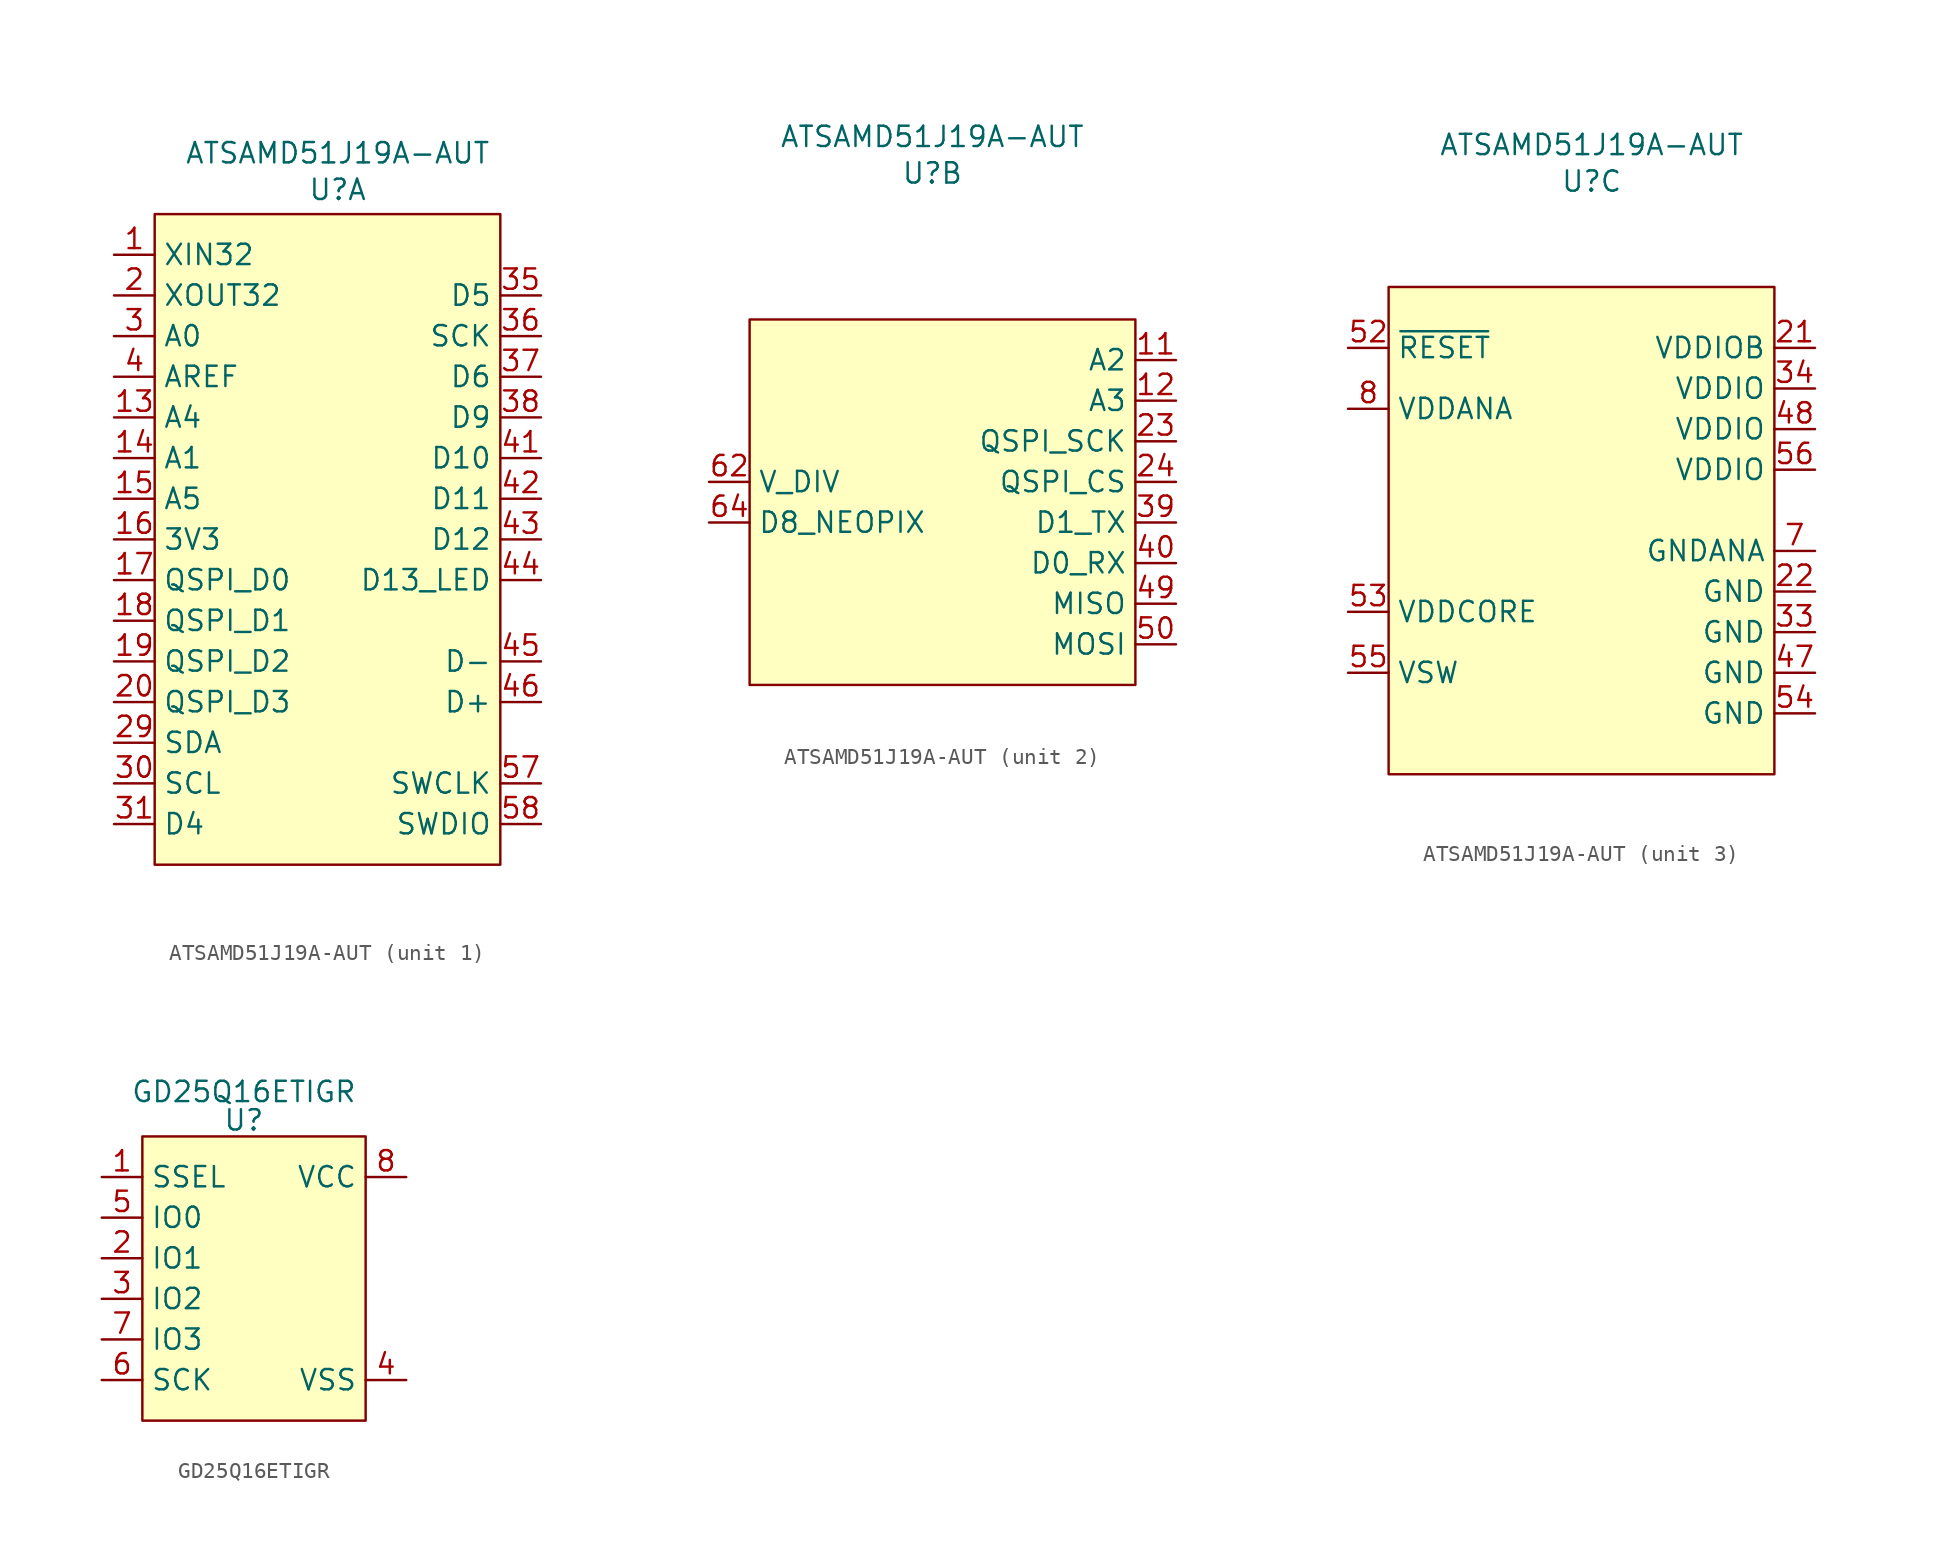
<source format=kicad_sym>
(kicad_symbol_lib
  (version 20231120)
  (generator "kicad_symbol_editor")
  (generator_version "8.0")
  (symbol "ATSAMD51J19A-AUT"
    (property "Reference" "U"
      (at 0 20.574 0)
      (effects (font (size 1.27 1.27))))
    (property "Value" "ATSAMD51J19A-AUT"
      (at 0 22.86 0)
      (effects (font (size 1.27 1.27))))
    (property "ki_locked" ""
      (at 0 0 0)
      (effects (font (size 1.27 1.27))))
    (symbol "ATSAMD51J19A-AUT_1_0"
      (pin bidirectional line (at -13.97 16.51 0) (length 2.54) (name "XIN32" (effects (font (size 1.27 1.27)))) (number "1" (effects (font (size 1.27 1.27)))))
      (pin bidirectional line (at -13.97 6.35 0) (length 2.54) (name "A4" (effects (font (size 1.27 1.27)))) (number "13" (effects (font (size 1.27 1.27)))))
      (pin bidirectional line (at -13.97 3.81 0) (length 2.54) (name "A1" (effects (font (size 1.27 1.27)))) (number "14" (effects (font (size 1.27 1.27)))))
      (pin bidirectional line (at -13.97 1.27 0) (length 2.54) (name "A5" (effects (font (size 1.27 1.27)))) (number "15" (effects (font (size 1.27 1.27)))))
      (pin input line (at -13.97 -1.27 0) (length 2.54) (name "3V3" (effects (font (size 1.27 1.27)))) (number "16" (effects (font (size 1.27 1.27)))))
      (pin bidirectional line (at -13.97 -3.81 0) (length 2.54) (name "QSPI_D0" (effects (font (size 1.27 1.27)))) (number "17" (effects (font (size 1.27 1.27)))))
      (pin bidirectional line (at -13.97 -6.35 0) (length 2.54) (name "QSPI_D1" (effects (font (size 1.27 1.27)))) (number "18" (effects (font (size 1.27 1.27)))))
      (pin bidirectional line (at -13.97 -8.89 0) (length 2.54) (name "QSPI_D2" (effects (font (size 1.27 1.27)))) (number "19" (effects (font (size 1.27 1.27)))))
      (pin bidirectional line (at -13.97 13.97 0) (length 2.54) (name "XOUT32" (effects (font (size 1.27 1.27)))) (number "2" (effects (font (size 1.27 1.27)))))
      (pin bidirectional line (at -13.97 -11.43 0) (length 2.54) (name "QSPI_D3" (effects (font (size 1.27 1.27)))) (number "20" (effects (font (size 1.27 1.27)))))
      (pin bidirectional line (at -13.97 -13.97 0) (length 2.54) (name "SDA" (effects (font (size 1.27 1.27)))) (number "29" (effects (font (size 1.27 1.27)))))
      (pin bidirectional line (at -13.97 11.43 0) (length 2.54) (name "A0" (effects (font (size 1.27 1.27)))) (number "3" (effects (font (size 1.27 1.27)))))
      (pin bidirectional line (at -13.97 -16.51 0) (length 2.54) (name "SCL" (effects (font (size 1.27 1.27)))) (number "30" (effects (font (size 1.27 1.27)))))
      (pin bidirectional line (at -13.97 -19.05 0) (length 2.54) (name "D4" (effects (font (size 1.27 1.27)))) (number "31" (effects (font (size 1.27 1.27)))))
      (pin bidirectional line (at 12.7 13.97 180) (length 2.54) (name "D5" (effects (font (size 1.27 1.27)))) (number "35" (effects (font (size 1.27 1.27)))))
      (pin bidirectional line (at 12.7 11.43 180) (length 2.54) (name "SCK" (effects (font (size 1.27 1.27)))) (number "36" (effects (font (size 1.27 1.27)))))
      (pin bidirectional line (at 12.7 8.89 180) (length 2.54) (name "D6" (effects (font (size 1.27 1.27)))) (number "37" (effects (font (size 1.27 1.27)))))
      (pin bidirectional line (at 12.7 6.35 180) (length 2.54) (name "D9" (effects (font (size 1.27 1.27)))) (number "38" (effects (font (size 1.27 1.27)))))
      (pin bidirectional line (at -13.97 8.89 0) (length 2.54) (name "AREF" (effects (font (size 1.27 1.27)))) (number "4" (effects (font (size 1.27 1.27)))))
      (pin bidirectional line (at 12.7 3.81 180) (length 2.54) (name "D10" (effects (font (size 1.27 1.27)))) (number "41" (effects (font (size 1.27 1.27)))))
      (pin bidirectional line (at 12.7 1.27 180) (length 2.54) (name "D11" (effects (font (size 1.27 1.27)))) (number "42" (effects (font (size 1.27 1.27)))))
      (pin bidirectional line (at 12.7 -1.27 180) (length 2.54) (name "D12" (effects (font (size 1.27 1.27)))) (number "43" (effects (font (size 1.27 1.27)))))
      (pin bidirectional line (at 12.7 -3.81 180) (length 2.54) (name "D13_LED" (effects (font (size 1.27 1.27)))) (number "44" (effects (font (size 1.27 1.27)))))
      (pin bidirectional line (at 12.7 -8.89 180) (length 2.54) (name "D-" (effects (font (size 1.27 1.27)))) (number "45" (effects (font (size 1.27 1.27)))))
      (pin bidirectional line (at 12.7 -11.43 180) (length 2.54) (name "D+" (effects (font (size 1.27 1.27)))) (number "46" (effects (font (size 1.27 1.27)))))
      (pin bidirectional line (at 12.7 -16.51 180) (length 2.54) (name "SWCLK" (effects (font (size 1.27 1.27)))) (number "57" (effects (font (size 1.27 1.27)))))
      (pin bidirectional line (at 12.7 -19.05 180) (length 2.54) (name "SWDIO" (effects (font (size 1.27 1.27)))) (number "58" (effects (font (size 1.27 1.27))))))
    (symbol "ATSAMD51J19A-AUT_1_1"
      (rectangle (start -11.43 19.05) (end 10.16 -21.59) (stroke (width 0) (type default)) (fill (type background))))
    (symbol "ATSAMD51J19A-AUT_2_0"
      (pin bidirectional line (at 15.24 8.89 180) (length 2.54) (name "A2" (effects (font (size 1.27 1.27)))) (number "11" (effects (font (size 1.27 1.27)))))
      (pin bidirectional line (at 15.24 6.35 180) (length 2.54) (name "A3" (effects (font (size 1.27 1.27)))) (number "12" (effects (font (size 1.27 1.27)))))
      (pin bidirectional line (at 15.24 3.81 180) (length 2.54) (name "QSPI_SCK" (effects (font (size 1.27 1.27)))) (number "23" (effects (font (size 1.27 1.27)))))
      (pin bidirectional line (at 15.24 1.27 180) (length 2.54) (name "QSPI_CS" (effects (font (size 1.27 1.27)))) (number "24" (effects (font (size 1.27 1.27)))))
      (pin bidirectional line (at 15.24 -1.27 180) (length 2.54) (name "D1_TX" (effects (font (size 1.27 1.27)))) (number "39" (effects (font (size 1.27 1.27)))))
      (pin bidirectional line (at 15.24 -3.81 180) (length 2.54) (name "D0_RX" (effects (font (size 1.27 1.27)))) (number "40" (effects (font (size 1.27 1.27)))))
      (pin bidirectional line (at 15.24 -6.35 180) (length 2.54) (name "MISO" (effects (font (size 1.27 1.27)))) (number "49" (effects (font (size 1.27 1.27)))))
      (pin bidirectional line (at 15.24 -8.89 180) (length 2.54) (name "MOSI" (effects (font (size 1.27 1.27)))) (number "50" (effects (font (size 1.27 1.27)))))
      (pin bidirectional line (at -13.97 1.27 0) (length 2.54) (name "V_DIV" (effects (font (size 1.27 1.27)))) (number "62" (effects (font (size 1.27 1.27)))))
      (pin bidirectional line (at -13.97 -1.27 0) (length 2.54) (name "D8_NEOPIX" (effects (font (size 1.27 1.27)))) (number "64" (effects (font (size 1.27 1.27))))))
    (symbol "ATSAMD51J19A-AUT_2_1"
      (rectangle (start -11.43 11.43) (end 12.7 -11.43) (stroke (width 0) (type default)) (fill (type background))))
    (symbol "ATSAMD51J19A-AUT_3_0"
      (pin power_in line (at 13.97 10.16 180) (length 2.54) (name "VDDIOB" (effects (font (size 1.27 1.27)))) (number "21" (effects (font (size 1.27 1.27)))))
      (pin power_in line (at 13.97 -5.08 180) (length 2.54) (name "GND" (effects (font (size 1.27 1.27)))) (number "22" (effects (font (size 1.27 1.27)))))
      (pin power_in line (at 13.97 -7.62 180) (length 2.54) (name "GND" (effects (font (size 1.27 1.27)))) (number "33" (effects (font (size 1.27 1.27)))))
      (pin power_in line (at 13.97 7.62 180) (length 2.54) (name "VDDIO" (effects (font (size 1.27 1.27)))) (number "34" (effects (font (size 1.27 1.27)))))
      (pin power_in line (at 13.97 -10.16 180) (length 2.54) (name "GND" (effects (font (size 1.27 1.27)))) (number "47" (effects (font (size 1.27 1.27)))))
      (pin power_in line (at 13.97 5.08 180) (length 2.54) (name "VDDIO" (effects (font (size 1.27 1.27)))) (number "48" (effects (font (size 1.27 1.27)))))
      (pin bidirectional line (at -15.24 10.16 0) (length 2.54) (name "~{RESET}" (effects (font (size 1.27 1.27)))) (number "52" (effects (font (size 1.27 1.27)))))
      (pin bidirectional line (at -15.24 -6.35 0) (length 2.54) (name "VDDCORE" (effects (font (size 1.27 1.27)))) (number "53" (effects (font (size 1.27 1.27)))))
      (pin power_in line (at 13.97 -12.7 180) (length 2.54) (name "GND" (effects (font (size 1.27 1.27)))) (number "54" (effects (font (size 1.27 1.27)))))
      (pin bidirectional line (at -15.24 -10.16 0) (length 2.54) (name "VSW" (effects (font (size 1.27 1.27)))) (number "55" (effects (font (size 1.27 1.27)))))
      (pin power_in line (at 13.97 2.54 180) (length 2.54) (name "VDDIO" (effects (font (size 1.27 1.27)))) (number "56" (effects (font (size 1.27 1.27)))))
      (pin power_in line (at 13.97 -2.54 180) (length 2.54) (name "GNDANA" (effects (font (size 1.27 1.27)))) (number "7" (effects (font (size 1.27 1.27)))))
      (pin power_in line (at -15.24 6.35 0) (length 2.54) (name "VDDANA" (effects (font (size 1.27 1.27)))) (number "8" (effects (font (size 1.27 1.27))))))
    (symbol "ATSAMD51J19A-AUT_3_1"
      (rectangle (start -12.7 13.97) (end 11.43 -16.51) (stroke (width 0) (type default)) (fill (type background)))))
  (symbol "GD25Q16ETIGR"
    (property "Reference" "U"
      (at 0 9.906 0)
      (effects (font (size 1.27 1.27))))
    (property "Value" "GD25Q16ETIGR"
      (at 0 11.684 0)
      (effects (font (size 1.27 1.27))))
    (symbol "GD25Q16ETIGR_0_0"
      (pin bidirectional line (at -8.89 6.35 0) (length 2.54) (name "SSEL" (effects (font (size 1.27 1.27)))) (number "1" (effects (font (size 1.27 1.27)))))
      (pin bidirectional line (at -8.89 1.27 0) (length 2.54) (name "IO1" (effects (font (size 1.27 1.27)))) (number "2" (effects (font (size 1.27 1.27)))))
      (pin bidirectional line (at -8.89 -1.27 0) (length 2.54) (name "IO2" (effects (font (size 1.27 1.27)))) (number "3" (effects (font (size 1.27 1.27)))))
      (pin power_in line (at 10.16 -6.35 180) (length 2.54) (name "VSS" (effects (font (size 1.27 1.27)))) (number "4" (effects (font (size 1.27 1.27)))))
      (pin bidirectional line (at -8.89 3.81 0) (length 2.54) (name "IO0" (effects (font (size 1.27 1.27)))) (number "5" (effects (font (size 1.27 1.27)))))
      (pin bidirectional line (at -8.89 -6.35 0) (length 2.54) (name "SCK" (effects (font (size 1.27 1.27)))) (number "6" (effects (font (size 1.27 1.27)))))
      (pin bidirectional line (at -8.89 -3.81 0) (length 2.54) (name "IO3" (effects (font (size 1.27 1.27)))) (number "7" (effects (font (size 1.27 1.27)))))
      (pin power_in line (at 10.16 6.35 180) (length 2.54) (name "VCC" (effects (font (size 1.27 1.27)))) (number "8" (effects (font (size 1.27 1.27))))))
    (symbol "GD25Q16ETIGR_1_1"
      (rectangle (start -6.35 8.89) (end 7.62 -8.89) (stroke (width 0) (type default)) (fill (type background))))))
</source>
